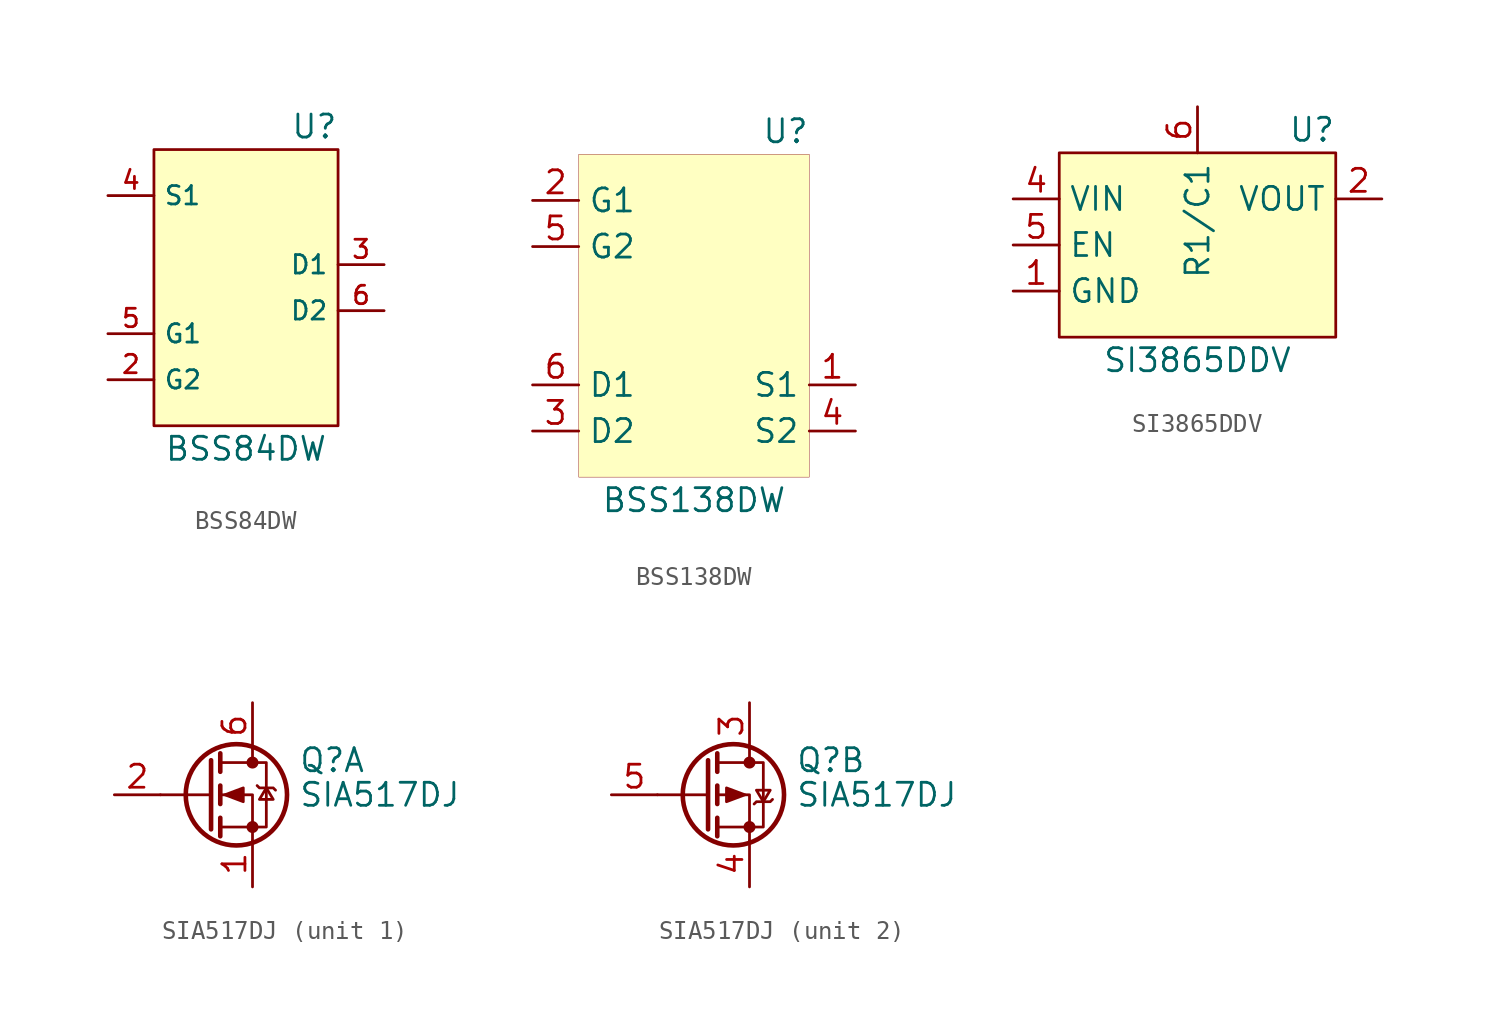
<source format=kicad_sym>
(kicad_symbol_lib
  (version 20241209)
  (generator "kicad_symbol_editor")
  (generator_version "9.0")
  (symbol "BSS84DW"
    (property "Reference" "U"
      (at 5.08 11.43 0)
      (effects (font (size 1.27 1.27)) (justify right)))
    (property "Value" "BSS84DW"
      (at 0 -6.35 0)
      (effects (font (size 1.27 1.27))))
    (symbol "BSS84DW_0_1"
      (rectangle (start -5.08 10.16) (end 5.08 -5.08) (stroke (width 0) (type default)) (fill (type background))))
    (symbol "BSS84DW_1_1"
      (pin passive line (at -7.62 7.62 0) (length 2.54) (hide yes) (name "S2" (effects (font (size 1.016 1.016)))) (number "1" (effects (font (size 1.016 1.016)))))
      (pin passive line (at -7.62 7.62 0) (length 2.54) (name "S1" (effects (font (size 1.016 1.016)))) (number "4" (effects (font (size 1.016 1.016)))))
      (pin input line (at -7.62 0 0) (length 2.54) (name "G1" (effects (font (size 1.016 1.016)))) (number "5" (effects (font (size 1.016 1.016)))))
      (pin input line (at -7.62 -2.54 0) (length 2.54) (name "G2" (effects (font (size 1.016 1.016)))) (number "2" (effects (font (size 1.016 1.016)))))
      (pin passive line (at 7.62 3.81 180) (length 2.54) (name "D1" (effects (font (size 1.016 1.016)))) (number "3" (effects (font (size 1.016 1.016)))))
      (pin passive line (at 7.62 1.27 180) (length 2.54) (name "D2" (effects (font (size 1.016 1.016)))) (number "6" (effects (font (size 1.016 1.016)))))))
  (symbol "BSS138DW"
    (property "Reference" "U"
      (at 6.35 10.16 0)
      (effects (font (size 1.27 1.27)) (justify right)))
    (property "Value" "BSS138DW"
      (at 0 -10.16 0)
      (effects (font (size 1.27 1.27))))
    (symbol "BSS138DW_0_0"
      (pin input line (at -8.89 6.35 0) (length 2.54) (name "G1" (effects (font (size 1.27 1.27)))) (number "2" (effects (font (size 1.27 1.27)))))
      (pin input line (at -8.89 3.81 0) (length 2.54) (name "G2" (effects (font (size 1.27 1.27)))) (number "5" (effects (font (size 1.27 1.27)))))
      (pin passive line (at -8.89 -3.81 0) (length 2.54) (name "D1" (effects (font (size 1.27 1.27)))) (number "6" (effects (font (size 1.27 1.27)))))
      (pin passive line (at -8.89 -6.35 0) (length 2.54) (name "D2" (effects (font (size 1.27 1.27)))) (number "3" (effects (font (size 1.27 1.27)))))
      (pin passive line (at 8.89 -3.81 180) (length 2.54) (name "S1" (effects (font (size 1.27 1.27)))) (number "1" (effects (font (size 1.27 1.27)))))
      (pin passive line (at 8.89 -6.35 180) (length 2.54) (name "S2" (effects (font (size 1.27 1.27)))) (number "4" (effects (font (size 1.27 1.27))))))
    (symbol "BSS138DW_0_1"
      (rectangle (start -6.35 8.89) (end 6.35 -8.89) (stroke (width 0.001) (type default)) (fill (type background)))))
  (symbol "SI3865DDV"
    (property "Reference" "U"
      (at 7.62 6.35 0)
      (effects (font (size 1.27 1.27)) (justify right)))
    (property "Value" "SI3865DDV"
      (at 0 -6.35 0)
      (effects (font (size 1.27 1.27))))
    (symbol "SI3865DDV_0_0"
      (pin input line (at -10.16 0 0) (length 2.54) (name "EN" (effects (font (size 1.27 1.27)))) (number "5" (effects (font (size 1.27 1.27)))))
      (pin input line (at -10.16 -2.54 0) (length 2.54) (name "GND" (effects (font (size 1.27 1.27)))) (number "1" (effects (font (size 1.27 1.27)))))
      (pin bidirectional line (at 0 7.62 270) (length 2.54) (name "R1/C1" (effects (font (size 1.27 1.27)))) (number "6" (effects (font (size 1.27 1.27)))))
      (pin passive line (at 10.16 2.54 180) (length 2.54) (hide yes) (name "VOUT" (effects (font (size 1.27 1.27)))) (number "3" (effects (font (size 1.27 1.27))))))
    (symbol "SI3865DDV_1_0"
      (pin power_in line (at -10.16 2.54 0) (length 2.54) (name "VIN" (effects (font (size 1.27 1.27)))) (number "4" (effects (font (size 1.27 1.27)))))
      (pin power_out line (at 10.16 2.54 180) (length 2.54) (name "VOUT" (effects (font (size 1.27 1.27)))) (number "2" (effects (font (size 1.27 1.27))))))
    (symbol "SI3865DDV_1_1"
      (rectangle (start -7.62 5.08) (end 7.62 -5.08) (stroke (width 0) (type default)) (fill (type background)))))
  (symbol "SIA517DJ"
    (pin_names
      (hide yes))
    (property "Reference" "Q"
      (at 2.54 1.905 0)
      (effects (font (size 1.27 1.27)) (justify left)))
    (property "Value" "SIA517DJ"
      (at 2.54 0 0)
      (effects (font (size 1.27 1.27)) (justify left)))
    (symbol "SIA517DJ_0_1"
      (polyline (pts (xy -2.286 1.905) (xy -2.286 -1.905)) (stroke (width 0.254) (type default)) (fill (type none)))
      (polyline (pts (xy -2.286 0) (xy -5.08 0)) (stroke (width 0) (type default)) (fill (type none)))
      (polyline (pts (xy -1.778 2.286) (xy -1.778 1.27)) (stroke (width 0.254) (type default)) (fill (type none)))
      (polyline (pts (xy -1.778 0.508) (xy -1.778 -0.508)) (stroke (width 0.254) (type default)) (fill (type none)))
      (polyline (pts (xy -1.778 -1.27) (xy -1.778 -2.286)) (stroke (width 0.254) (type default)) (fill (type none)))
      (polyline (pts (xy -1.778 -1.778) (xy 0.762 -1.778) (xy 0.762 1.778) (xy -1.778 1.778)) (stroke (width 0) (type default)) (fill (type none)))
      (circle (center -0.889 0) (radius 2.794) (stroke (width 0.254) (type default)) (fill (type none)))
      (polyline (pts (xy 0 2.54) (xy 0 1.778)) (stroke (width 0) (type default)) (fill (type none)))
      (circle (center 0 1.778) (radius 0.254) (stroke (width 0) (type default)) (fill (type outline)))
      (circle (center 0 -1.778) (radius 0.254) (stroke (width 0) (type default)) (fill (type outline)))
      (polyline (pts (xy 0 -2.54) (xy 0 0) (xy -1.778 0)) (stroke (width 0) (type default)) (fill (type none))))
    (symbol "SIA517DJ_1_1"
      (polyline (pts (xy -1.524 0) (xy -0.508 0.381) (xy -0.508 -0.381) (xy -1.524 0)) (stroke (width 0) (type default)) (fill (type outline)))
      (polyline (pts (xy 0.254 0.508) (xy 0.381 0.381) (xy 1.143 0.381) (xy 1.27 0.254)) (stroke (width 0) (type default)) (fill (type none)))
      (polyline (pts (xy 0.762 0.381) (xy 0.381 -0.254) (xy 1.143 -0.254) (xy 0.762 0.381)) (stroke (width 0) (type default)) (fill (type none)))
      (pin passive line (at -7.62 0 0) (length 2.54) (name "G" (effects (font (size 1.27 1.27)))) (number "2" (effects (font (size 1.27 1.27)))))
      (pin passive line (at 0 5.08 270) (length 2.54) (name "D" (effects (font (size 1.27 1.27)))) (number "6" (effects (font (size 1.27 1.27)))))
      (pin passive line (at 0 -5.08 90) (length 2.54) (name "S" (effects (font (size 1.27 1.27)))) (number "1" (effects (font (size 1.27 1.27))))))
    (symbol "SIA517DJ_2_1"
      (polyline (pts (xy -0.254 0) (xy -1.27 0.381) (xy -1.27 -0.381) (xy -0.254 0)) (stroke (width 0) (type default)) (fill (type outline)))
      (polyline (pts (xy 0.254 -0.508) (xy 0.381 -0.381) (xy 1.143 -0.381) (xy 1.27 -0.254)) (stroke (width 0) (type default)) (fill (type none)))
      (polyline (pts (xy 0.762 -0.381) (xy 0.381 0.254) (xy 1.143 0.254) (xy 0.762 -0.381)) (stroke (width 0) (type default)) (fill (type none)))
      (pin passive line (at -7.62 0 0) (length 2.54) (name "G" (effects (font (size 1.27 1.27)))) (number "5" (effects (font (size 1.27 1.27)))))
      (pin passive line (at 0 5.08 270) (length 2.54) (name "D" (effects (font (size 1.27 1.27)))) (number "3" (effects (font (size 1.27 1.27)))))
      (pin passive line (at 0 -5.08 90) (length 2.54) (name "S" (effects (font (size 1.27 1.27)))) (number "4" (effects (font (size 1.27 1.27))))))))
</source>
